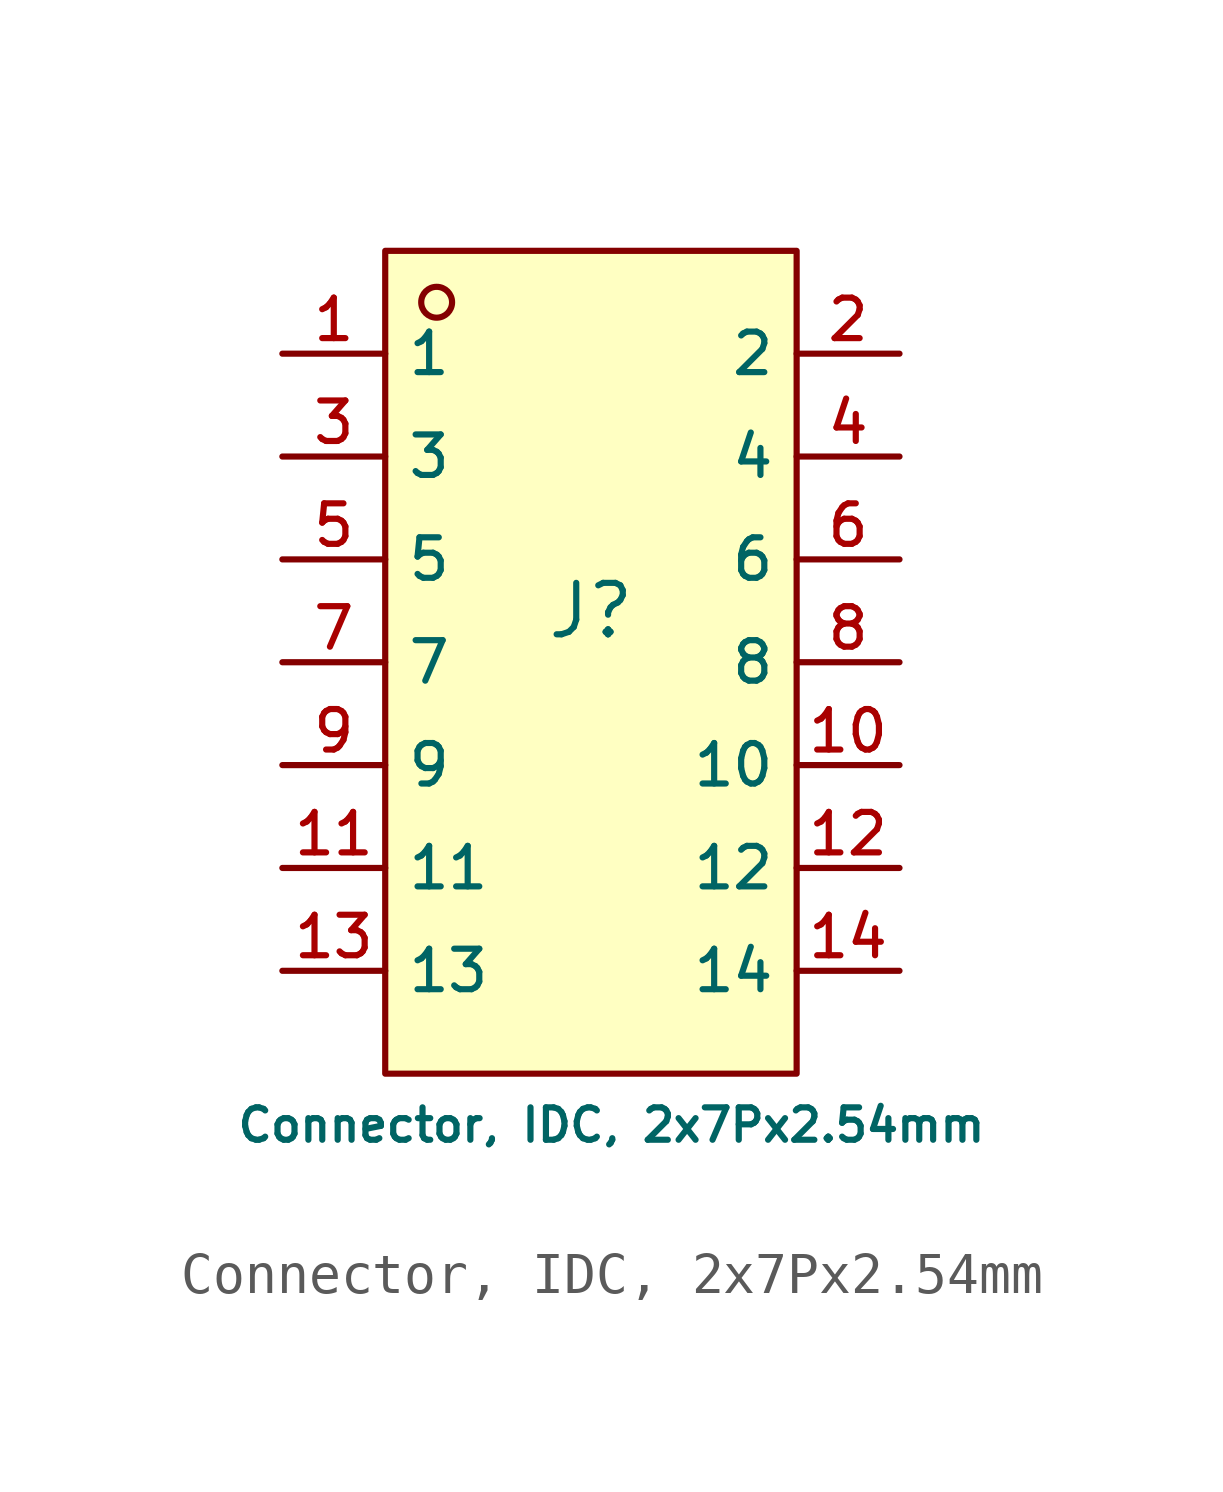
<source format=kicad_sym>
(kicad_symbol_lib
  (version 20231120)
  (generator "CDFER_Archive_Tool")
  (generator_version "0.0")
  (symbol "Connector, IDC, 2x7Px2.54mm"
    (property "Reference" "J"
      (at 0 1.27 0)
      (effects (font (size 1.27 1.27))))
    (property "Value" "Connector, IDC, 2x7Px2.54mm"
      (at 0.508 -11.43 0)
      (effects (font (size 0.8 0.8))))
    (symbol "Connector, IDC, 2x7Px2.54mm_0_1"
      (rectangle (start -5.08 10.16) (end 5.08 -10.16) (stroke (width 0) (type default)) (fill (type background)))
      (circle (center -3.81 8.89) (radius 0.381) (stroke (width 0) (type default)) (fill (type background)))
      (pin unspecified line (at -7.62 7.62 0) (length 2.54) (name "1" (effects (font (size 1 1)))) (number "1" (effects (font (size 1 1)))))
      (pin unspecified line (at 7.62 -2.54 180) (length 2.54) (name "10" (effects (font (size 1 1)))) (number "10" (effects (font (size 1 1)))))
      (pin unspecified line (at -7.62 -5.08 0) (length 2.54) (name "11" (effects (font (size 1 1)))) (number "11" (effects (font (size 1 1)))))
      (pin unspecified line (at 7.62 -5.08 180) (length 2.54) (name "12" (effects (font (size 1 1)))) (number "12" (effects (font (size 1 1)))))
      (pin unspecified line (at -7.62 -7.62 0) (length 2.54) (name "13" (effects (font (size 1 1)))) (number "13" (effects (font (size 1 1)))))
      (pin unspecified line (at 7.62 -7.62 180) (length 2.54) (name "14" (effects (font (size 1 1)))) (number "14" (effects (font (size 1 1)))))
      (pin unspecified line (at 7.62 7.62 180) (length 2.54) (name "2" (effects (font (size 1 1)))) (number "2" (effects (font (size 1 1)))))
      (pin unspecified line (at -7.62 5.08 0) (length 2.54) (name "3" (effects (font (size 1 1)))) (number "3" (effects (font (size 1 1)))))
      (pin unspecified line (at 7.62 5.08 180) (length 2.54) (name "4" (effects (font (size 1 1)))) (number "4" (effects (font (size 1 1)))))
      (pin unspecified line (at -7.62 2.54 0) (length 2.54) (name "5" (effects (font (size 1 1)))) (number "5" (effects (font (size 1 1)))))
      (pin unspecified line (at 7.62 2.54 180) (length 2.54) (name "6" (effects (font (size 1 1)))) (number "6" (effects (font (size 1 1)))))
      (pin unspecified line (at -7.62 0 0) (length 2.54) (name "7" (effects (font (size 1 1)))) (number "7" (effects (font (size 1 1)))))
      (pin unspecified line (at 7.62 0 180) (length 2.54) (name "8" (effects (font (size 1 1)))) (number "8" (effects (font (size 1 1)))))
      (pin unspecified line (at -7.62 -2.54 0) (length 2.54) (name "9" (effects (font (size 1 1)))) (number "9" (effects (font (size 1 1))))))))
</source>
